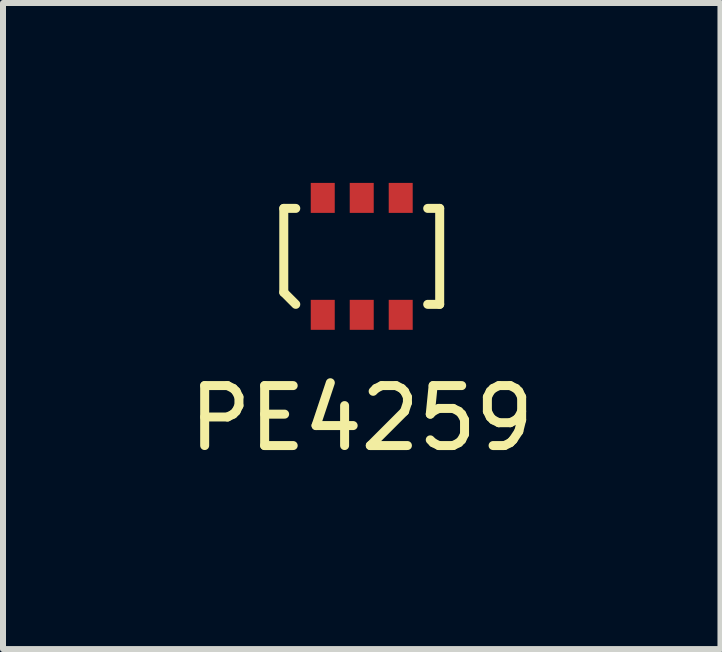
<source format=kicad_pcb>
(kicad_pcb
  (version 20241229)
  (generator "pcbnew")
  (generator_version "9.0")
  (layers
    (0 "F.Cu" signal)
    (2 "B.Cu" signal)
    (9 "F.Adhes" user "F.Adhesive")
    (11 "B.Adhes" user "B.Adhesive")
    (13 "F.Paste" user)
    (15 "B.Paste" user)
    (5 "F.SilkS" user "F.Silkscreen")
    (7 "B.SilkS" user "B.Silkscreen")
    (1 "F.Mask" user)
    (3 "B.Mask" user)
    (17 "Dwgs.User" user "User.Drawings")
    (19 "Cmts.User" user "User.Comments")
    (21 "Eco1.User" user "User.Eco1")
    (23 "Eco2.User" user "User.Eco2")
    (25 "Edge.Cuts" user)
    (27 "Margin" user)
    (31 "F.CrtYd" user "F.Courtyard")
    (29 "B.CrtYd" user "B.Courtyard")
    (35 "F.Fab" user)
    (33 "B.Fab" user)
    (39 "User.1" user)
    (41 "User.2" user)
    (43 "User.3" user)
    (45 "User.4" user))
  (footprint "PE4259"
    (layer "F.Cu")
    (at 2.982 1.225)
    (property "Reference" "PE4259" (at 0 2.7 0) (layer "F.SilkS") (effects (font (size 1 1) (thickness 0.15))))
    (attr through_hole)
    (fp_line (start -1.3 -0.8) (end -1.3 0.6) (stroke (width 0.15) (type solid)) (layer "F.SilkS"))
    (fp_line (start -1.1 -0.8) (end -1.3 -0.8) (stroke (width 0.15) (type solid)) (layer "F.SilkS"))
    (fp_line (start -1.1 0.8) (end -1.3 0.6) (stroke (width 0.15) (type solid)) (layer "F.SilkS"))
    (fp_line (start 1.1 -0.8) (end 1.3 -0.8) (stroke (width 0.15) (type solid)) (layer "F.SilkS"))
    (fp_line (start 1.3 -0.8) (end 1.3 0.8) (stroke (width 0.15) (type solid)) (layer "F.SilkS"))
    (fp_line (start 1.3 0.8) (end 1.1 0.8) (stroke (width 0.15) (type solid)) (layer "F.SilkS"))
    (pad "1" smd trapezoid (at -0.65 0.975) (size 0.4 0.5) (layers "F.Cu" "F.Mask" "F.Paste"))
    (pad "2" smd trapezoid (at 0 0.975) (size 0.4 0.5) (layers "F.Cu" "F.Mask" "F.Paste"))
    (pad "3" smd trapezoid (at 0.65 0.975) (size 0.4 0.5) (layers "F.Cu" "F.Mask" "F.Paste"))
    (pad "4" smd trapezoid (at 0.65 -0.975) (size 0.4 0.5) (layers "F.Cu" "F.Mask" "F.Paste"))
    (pad "5" smd trapezoid (at 0 -0.975) (size 0.4 0.5) (layers "F.Cu" "F.Mask" "F.Paste"))
    (pad "6" smd trapezoid (at -0.65 -0.975) (size 0.4 0.5) (layers "F.Cu" "F.Mask" "F.Paste")))
  (gr_rect
    (start -3 -3)
    (end 8.964 7.773)
    (stroke (width 0.1) (type default))
    (fill no)
    (layer "Edge.Cuts")))
</source>
